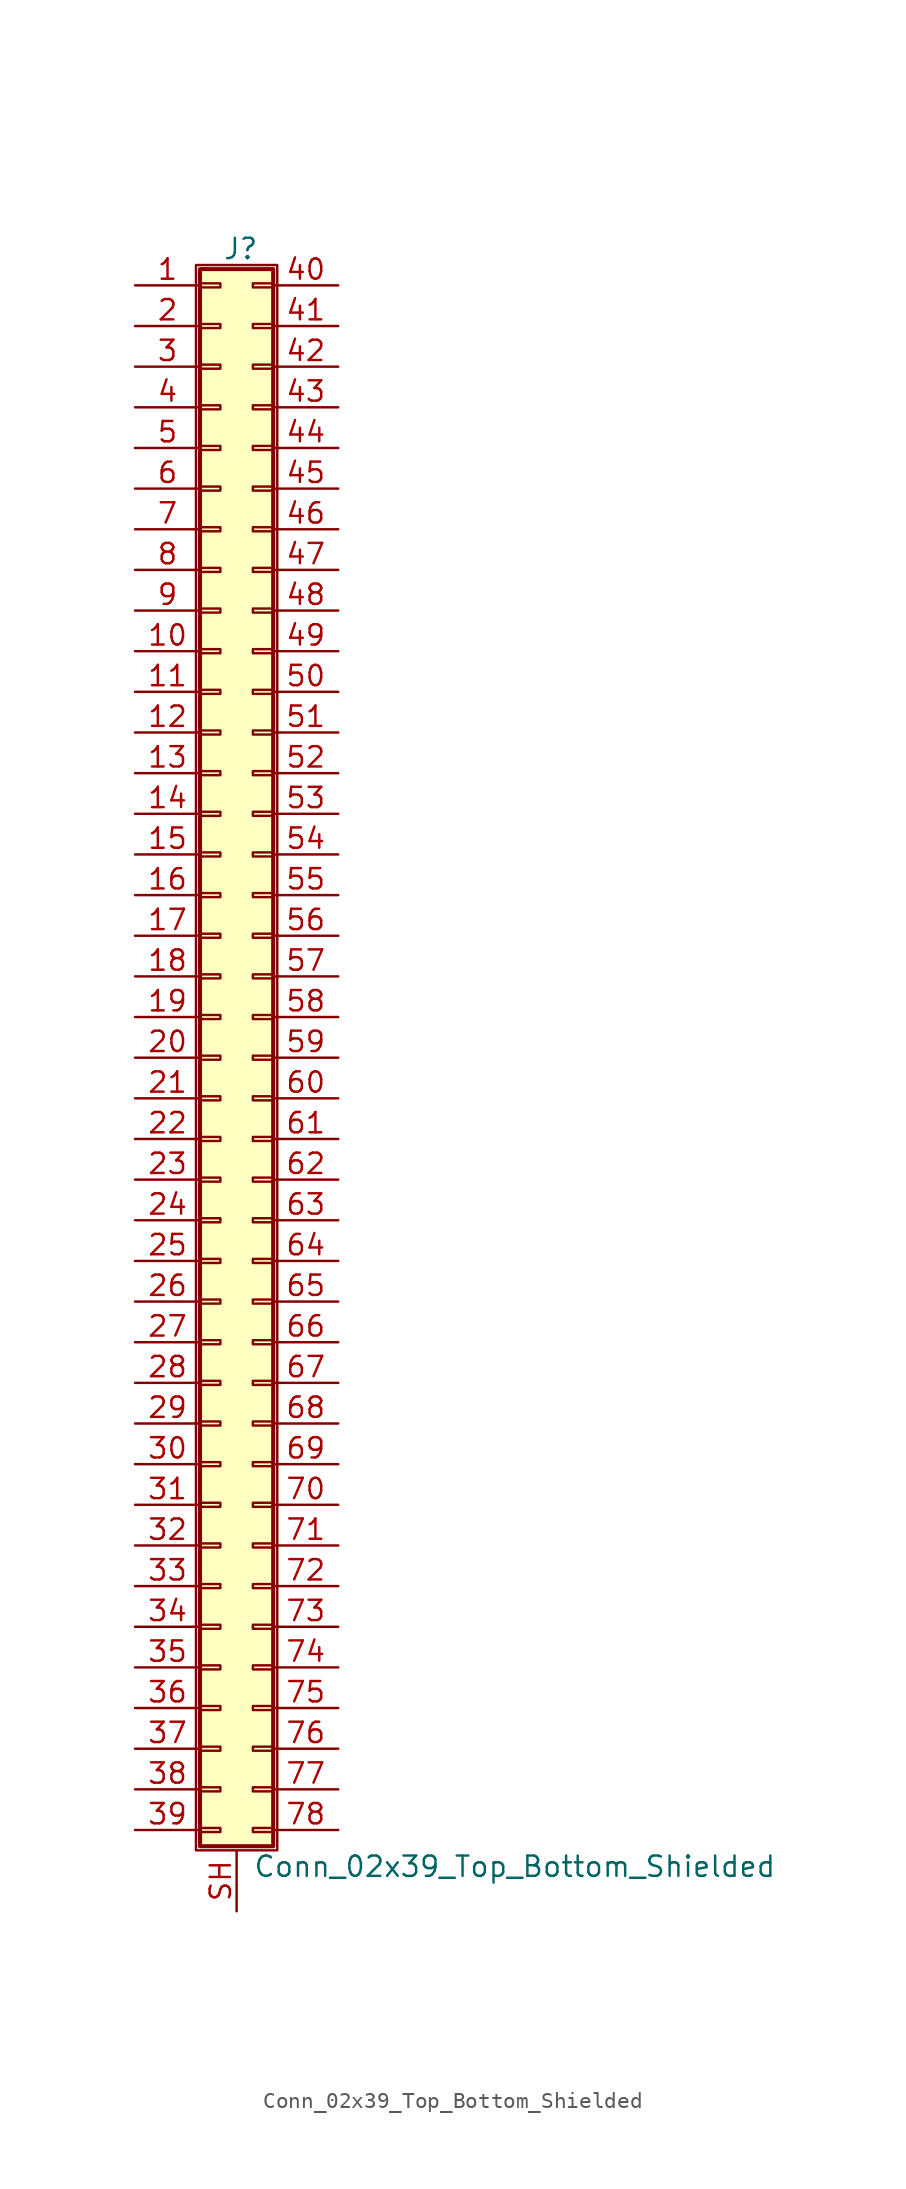
<source format=kicad_sym>
(kicad_symbol_lib
  (version 20220914)
  (generator kicad_symbol_editor)
  (symbol "Conn_02x39_Top_Bottom_Shielded"
    (pin_names
      (offset 1.016) hide)
    (property "Reference" "J"
      (at 1.524 50.546 0)
      (effects (font (size 1.27 1.27))))
    (property "Value" "Conn_02x39_Top_Bottom_Shielded"
      (at 2.286 -50.546 0)
      (effects (font (size 1.27 1.27)) (justify left)))
    (symbol "Conn_02x39_Top_Bottom_Shielded_1_1"
      (rectangle (start -1.27 49.53) (end 3.81 -49.53) (stroke (width 0.152) (type default)) (fill (type none)))
      (rectangle (start -1.016 -48.133) (end 0.254 -48.387) (stroke (width 0.152) (type default)) (fill (type none)))
      (rectangle (start -1.016 -45.593) (end 0.254 -45.847) (stroke (width 0.152) (type default)) (fill (type none)))
      (rectangle (start -1.016 -43.053) (end 0.254 -43.307) (stroke (width 0.152) (type default)) (fill (type none)))
      (rectangle (start -1.016 -40.513) (end 0.254 -40.767) (stroke (width 0.152) (type default)) (fill (type none)))
      (rectangle (start -1.016 -37.973) (end 0.254 -38.227) (stroke (width 0.152) (type default)) (fill (type none)))
      (rectangle (start -1.016 -35.433) (end 0.254 -35.687) (stroke (width 0.152) (type default)) (fill (type none)))
      (rectangle (start -1.016 -32.893) (end 0.254 -33.147) (stroke (width 0.152) (type default)) (fill (type none)))
      (rectangle (start -1.016 -30.353) (end 0.254 -30.607) (stroke (width 0.152) (type default)) (fill (type none)))
      (rectangle (start -1.016 -27.813) (end 0.254 -28.067) (stroke (width 0.152) (type default)) (fill (type none)))
      (rectangle (start -1.016 -25.273) (end 0.254 -25.527) (stroke (width 0.152) (type default)) (fill (type none)))
      (rectangle (start -1.016 -22.733) (end 0.254 -22.987) (stroke (width 0.152) (type default)) (fill (type none)))
      (rectangle (start -1.016 -20.193) (end 0.254 -20.447) (stroke (width 0.152) (type default)) (fill (type none)))
      (rectangle (start -1.016 -17.653) (end 0.254 -17.907) (stroke (width 0.152) (type default)) (fill (type none)))
      (rectangle (start -1.016 -15.113) (end 0.254 -15.367) (stroke (width 0.152) (type default)) (fill (type none)))
      (rectangle (start -1.016 -12.573) (end 0.254 -12.827) (stroke (width 0.152) (type default)) (fill (type none)))
      (rectangle (start -1.016 -10.033) (end 0.254 -10.287) (stroke (width 0.152) (type default)) (fill (type none)))
      (rectangle (start -1.016 -7.493) (end 0.254 -7.747) (stroke (width 0.152) (type default)) (fill (type none)))
      (rectangle (start -1.016 -4.953) (end 0.254 -5.207) (stroke (width 0.152) (type default)) (fill (type none)))
      (rectangle (start -1.016 -2.413) (end 0.254 -2.667) (stroke (width 0.152) (type default)) (fill (type none)))
      (rectangle (start -1.016 0.127) (end 0.254 -0.127) (stroke (width 0.152) (type default)) (fill (type none)))
      (rectangle (start -1.016 2.667) (end 0.254 2.413) (stroke (width 0.152) (type default)) (fill (type none)))
      (rectangle (start -1.016 5.207) (end 0.254 4.953) (stroke (width 0.152) (type default)) (fill (type none)))
      (rectangle (start -1.016 7.747) (end 0.254 7.493) (stroke (width 0.152) (type default)) (fill (type none)))
      (rectangle (start -1.016 10.287) (end 0.254 10.033) (stroke (width 0.152) (type default)) (fill (type none)))
      (rectangle (start -1.016 12.827) (end 0.254 12.573) (stroke (width 0.152) (type default)) (fill (type none)))
      (rectangle (start -1.016 15.367) (end 0.254 15.113) (stroke (width 0.152) (type default)) (fill (type none)))
      (rectangle (start -1.016 17.907) (end 0.254 17.653) (stroke (width 0.152) (type default)) (fill (type none)))
      (rectangle (start -1.016 20.447) (end 0.254 20.193) (stroke (width 0.152) (type default)) (fill (type none)))
      (rectangle (start -1.016 22.987) (end 0.254 22.733) (stroke (width 0.152) (type default)) (fill (type none)))
      (rectangle (start -1.016 25.527) (end 0.254 25.273) (stroke (width 0.152) (type default)) (fill (type none)))
      (rectangle (start -1.016 28.067) (end 0.254 27.813) (stroke (width 0.152) (type default)) (fill (type none)))
      (rectangle (start -1.016 30.607) (end 0.254 30.353) (stroke (width 0.152) (type default)) (fill (type none)))
      (rectangle (start -1.016 33.147) (end 0.254 32.893) (stroke (width 0.152) (type default)) (fill (type none)))
      (rectangle (start -1.016 35.687) (end 0.254 35.433) (stroke (width 0.152) (type default)) (fill (type none)))
      (rectangle (start -1.016 38.227) (end 0.254 37.973) (stroke (width 0.152) (type default)) (fill (type none)))
      (rectangle (start -1.016 40.767) (end 0.254 40.513) (stroke (width 0.152) (type default)) (fill (type none)))
      (rectangle (start -1.016 43.307) (end 0.254 43.053) (stroke (width 0.152) (type default)) (fill (type none)))
      (rectangle (start -1.016 45.847) (end 0.254 45.593) (stroke (width 0.152) (type default)) (fill (type none)))
      (rectangle (start -1.016 48.387) (end 0.254 48.133) (stroke (width 0.152) (type default)) (fill (type none)))
      (rectangle (start -1.016 49.276) (end 3.556 -49.276) (stroke (width 0.254) (type default)) (fill (type background)))
      (rectangle (start 3.556 -48.133) (end 2.286 -48.387) (stroke (width 0.152) (type default)) (fill (type none)))
      (rectangle (start 3.556 -45.593) (end 2.286 -45.847) (stroke (width 0.152) (type default)) (fill (type none)))
      (rectangle (start 3.556 -43.053) (end 2.286 -43.307) (stroke (width 0.152) (type default)) (fill (type none)))
      (rectangle (start 3.556 -40.513) (end 2.286 -40.767) (stroke (width 0.152) (type default)) (fill (type none)))
      (rectangle (start 3.556 -37.973) (end 2.286 -38.227) (stroke (width 0.152) (type default)) (fill (type none)))
      (rectangle (start 3.556 -35.433) (end 2.286 -35.687) (stroke (width 0.152) (type default)) (fill (type none)))
      (rectangle (start 3.556 -32.893) (end 2.286 -33.147) (stroke (width 0.152) (type default)) (fill (type none)))
      (rectangle (start 3.556 -30.353) (end 2.286 -30.607) (stroke (width 0.152) (type default)) (fill (type none)))
      (rectangle (start 3.556 -27.813) (end 2.286 -28.067) (stroke (width 0.152) (type default)) (fill (type none)))
      (rectangle (start 3.556 -25.273) (end 2.286 -25.527) (stroke (width 0.152) (type default)) (fill (type none)))
      (rectangle (start 3.556 -22.733) (end 2.286 -22.987) (stroke (width 0.152) (type default)) (fill (type none)))
      (rectangle (start 3.556 -20.193) (end 2.286 -20.447) (stroke (width 0.152) (type default)) (fill (type none)))
      (rectangle (start 3.556 -17.653) (end 2.286 -17.907) (stroke (width 0.152) (type default)) (fill (type none)))
      (rectangle (start 3.556 -15.113) (end 2.286 -15.367) (stroke (width 0.152) (type default)) (fill (type none)))
      (rectangle (start 3.556 -12.573) (end 2.286 -12.827) (stroke (width 0.152) (type default)) (fill (type none)))
      (rectangle (start 3.556 -10.033) (end 2.286 -10.287) (stroke (width 0.152) (type default)) (fill (type none)))
      (rectangle (start 3.556 -7.493) (end 2.286 -7.747) (stroke (width 0.152) (type default)) (fill (type none)))
      (rectangle (start 3.556 -4.953) (end 2.286 -5.207) (stroke (width 0.152) (type default)) (fill (type none)))
      (rectangle (start 3.556 -2.413) (end 2.286 -2.667) (stroke (width 0.152) (type default)) (fill (type none)))
      (rectangle (start 3.556 0.127) (end 2.286 -0.127) (stroke (width 0.152) (type default)) (fill (type none)))
      (rectangle (start 3.556 2.667) (end 2.286 2.413) (stroke (width 0.152) (type default)) (fill (type none)))
      (rectangle (start 3.556 5.207) (end 2.286 4.953) (stroke (width 0.152) (type default)) (fill (type none)))
      (rectangle (start 3.556 7.747) (end 2.286 7.493) (stroke (width 0.152) (type default)) (fill (type none)))
      (rectangle (start 3.556 10.287) (end 2.286 10.033) (stroke (width 0.152) (type default)) (fill (type none)))
      (rectangle (start 3.556 12.827) (end 2.286 12.573) (stroke (width 0.152) (type default)) (fill (type none)))
      (rectangle (start 3.556 15.367) (end 2.286 15.113) (stroke (width 0.152) (type default)) (fill (type none)))
      (rectangle (start 3.556 17.907) (end 2.286 17.653) (stroke (width 0.152) (type default)) (fill (type none)))
      (rectangle (start 3.556 20.447) (end 2.286 20.193) (stroke (width 0.152) (type default)) (fill (type none)))
      (rectangle (start 3.556 22.987) (end 2.286 22.733) (stroke (width 0.152) (type default)) (fill (type none)))
      (rectangle (start 3.556 25.527) (end 2.286 25.273) (stroke (width 0.152) (type default)) (fill (type none)))
      (rectangle (start 3.556 28.067) (end 2.286 27.813) (stroke (width 0.152) (type default)) (fill (type none)))
      (rectangle (start 3.556 30.607) (end 2.286 30.353) (stroke (width 0.152) (type default)) (fill (type none)))
      (rectangle (start 3.556 33.147) (end 2.286 32.893) (stroke (width 0.152) (type default)) (fill (type none)))
      (rectangle (start 3.556 35.687) (end 2.286 35.433) (stroke (width 0.152) (type default)) (fill (type none)))
      (rectangle (start 3.556 38.227) (end 2.286 37.973) (stroke (width 0.152) (type default)) (fill (type none)))
      (rectangle (start 3.556 40.767) (end 2.286 40.513) (stroke (width 0.152) (type default)) (fill (type none)))
      (rectangle (start 3.556 43.307) (end 2.286 43.053) (stroke (width 0.152) (type default)) (fill (type none)))
      (rectangle (start 3.556 45.847) (end 2.286 45.593) (stroke (width 0.152) (type default)) (fill (type none)))
      (rectangle (start 3.556 48.387) (end 2.286 48.133) (stroke (width 0.152) (type default)) (fill (type none)))
      (pin passive line (at -5.08 48.26 0) (length 4.064) (name "Pin_1" (effects (font (size 1.27 1.27)))) (number "1" (effects (font (size 1.27 1.27)))))
      (pin passive line (at -5.08 25.4 0) (length 4.064) (name "Pin_10" (effects (font (size 1.27 1.27)))) (number "10" (effects (font (size 1.27 1.27)))))
      (pin passive line (at -5.08 22.86 0) (length 4.064) (name "Pin_11" (effects (font (size 1.27 1.27)))) (number "11" (effects (font (size 1.27 1.27)))))
      (pin passive line (at -5.08 20.32 0) (length 4.064) (name "Pin_12" (effects (font (size 1.27 1.27)))) (number "12" (effects (font (size 1.27 1.27)))))
      (pin passive line (at -5.08 17.78 0) (length 4.064) (name "Pin_13" (effects (font (size 1.27 1.27)))) (number "13" (effects (font (size 1.27 1.27)))))
      (pin passive line (at -5.08 15.24 0) (length 4.064) (name "Pin_14" (effects (font (size 1.27 1.27)))) (number "14" (effects (font (size 1.27 1.27)))))
      (pin passive line (at -5.08 12.7 0) (length 4.064) (name "Pin_15" (effects (font (size 1.27 1.27)))) (number "15" (effects (font (size 1.27 1.27)))))
      (pin passive line (at -5.08 10.16 0) (length 4.064) (name "Pin_16" (effects (font (size 1.27 1.27)))) (number "16" (effects (font (size 1.27 1.27)))))
      (pin passive line (at -5.08 7.62 0) (length 4.064) (name "Pin_17" (effects (font (size 1.27 1.27)))) (number "17" (effects (font (size 1.27 1.27)))))
      (pin passive line (at -5.08 5.08 0) (length 4.064) (name "Pin_18" (effects (font (size 1.27 1.27)))) (number "18" (effects (font (size 1.27 1.27)))))
      (pin passive line (at -5.08 2.54 0) (length 4.064) (name "Pin_19" (effects (font (size 1.27 1.27)))) (number "19" (effects (font (size 1.27 1.27)))))
      (pin passive line (at -5.08 45.72 0) (length 4.064) (name "Pin_2" (effects (font (size 1.27 1.27)))) (number "2" (effects (font (size 1.27 1.27)))))
      (pin passive line (at -5.08 0 0) (length 4.064) (name "Pin_20" (effects (font (size 1.27 1.27)))) (number "20" (effects (font (size 1.27 1.27)))))
      (pin passive line (at -5.08 -2.54 0) (length 4.064) (name "Pin_21" (effects (font (size 1.27 1.27)))) (number "21" (effects (font (size 1.27 1.27)))))
      (pin passive line (at -5.08 -5.08 0) (length 4.064) (name "Pin_22" (effects (font (size 1.27 1.27)))) (number "22" (effects (font (size 1.27 1.27)))))
      (pin passive line (at -5.08 -7.62 0) (length 4.064) (name "Pin_23" (effects (font (size 1.27 1.27)))) (number "23" (effects (font (size 1.27 1.27)))))
      (pin passive line (at -5.08 -10.16 0) (length 4.064) (name "Pin_24" (effects (font (size 1.27 1.27)))) (number "24" (effects (font (size 1.27 1.27)))))
      (pin passive line (at -5.08 -12.7 0) (length 4.064) (name "Pin_25" (effects (font (size 1.27 1.27)))) (number "25" (effects (font (size 1.27 1.27)))))
      (pin passive line (at -5.08 -15.24 0) (length 4.064) (name "Pin_26" (effects (font (size 1.27 1.27)))) (number "26" (effects (font (size 1.27 1.27)))))
      (pin passive line (at -5.08 -17.78 0) (length 4.064) (name "Pin_27" (effects (font (size 1.27 1.27)))) (number "27" (effects (font (size 1.27 1.27)))))
      (pin passive line (at -5.08 -20.32 0) (length 4.064) (name "Pin_28" (effects (font (size 1.27 1.27)))) (number "28" (effects (font (size 1.27 1.27)))))
      (pin passive line (at -5.08 -22.86 0) (length 4.064) (name "Pin_29" (effects (font (size 1.27 1.27)))) (number "29" (effects (font (size 1.27 1.27)))))
      (pin passive line (at -5.08 43.18 0) (length 4.064) (name "Pin_3" (effects (font (size 1.27 1.27)))) (number "3" (effects (font (size 1.27 1.27)))))
      (pin passive line (at -5.08 -25.4 0) (length 4.064) (name "Pin_30" (effects (font (size 1.27 1.27)))) (number "30" (effects (font (size 1.27 1.27)))))
      (pin passive line (at -5.08 -27.94 0) (length 4.064) (name "Pin_31" (effects (font (size 1.27 1.27)))) (number "31" (effects (font (size 1.27 1.27)))))
      (pin passive line (at -5.08 -30.48 0) (length 4.064) (name "Pin_32" (effects (font (size 1.27 1.27)))) (number "32" (effects (font (size 1.27 1.27)))))
      (pin passive line (at -5.08 -33.02 0) (length 4.064) (name "Pin_33" (effects (font (size 1.27 1.27)))) (number "33" (effects (font (size 1.27 1.27)))))
      (pin passive line (at -5.08 -35.56 0) (length 4.064) (name "Pin_34" (effects (font (size 1.27 1.27)))) (number "34" (effects (font (size 1.27 1.27)))))
      (pin passive line (at -5.08 -38.1 0) (length 4.064) (name "Pin_35" (effects (font (size 1.27 1.27)))) (number "35" (effects (font (size 1.27 1.27)))))
      (pin passive line (at -5.08 -40.64 0) (length 4.064) (name "Pin_36" (effects (font (size 1.27 1.27)))) (number "36" (effects (font (size 1.27 1.27)))))
      (pin passive line (at -5.08 -43.18 0) (length 4.064) (name "Pin_37" (effects (font (size 1.27 1.27)))) (number "37" (effects (font (size 1.27 1.27)))))
      (pin passive line (at -5.08 -45.72 0) (length 4.064) (name "Pin_38" (effects (font (size 1.27 1.27)))) (number "38" (effects (font (size 1.27 1.27)))))
      (pin passive line (at -5.08 -48.26 0) (length 4.064) (name "Pin_39" (effects (font (size 1.27 1.27)))) (number "39" (effects (font (size 1.27 1.27)))))
      (pin passive line (at -5.08 40.64 0) (length 4.064) (name "Pin_4" (effects (font (size 1.27 1.27)))) (number "4" (effects (font (size 1.27 1.27)))))
      (pin passive line (at 7.62 48.26 180) (length 4.064) (name "Pin_40" (effects (font (size 1.27 1.27)))) (number "40" (effects (font (size 1.27 1.27)))))
      (pin passive line (at 7.62 45.72 180) (length 4.064) (name "Pin_41" (effects (font (size 1.27 1.27)))) (number "41" (effects (font (size 1.27 1.27)))))
      (pin passive line (at 7.62 43.18 180) (length 4.064) (name "Pin_42" (effects (font (size 1.27 1.27)))) (number "42" (effects (font (size 1.27 1.27)))))
      (pin passive line (at 7.62 40.64 180) (length 4.064) (name "Pin_43" (effects (font (size 1.27 1.27)))) (number "43" (effects (font (size 1.27 1.27)))))
      (pin passive line (at 7.62 38.1 180) (length 4.064) (name "Pin_44" (effects (font (size 1.27 1.27)))) (number "44" (effects (font (size 1.27 1.27)))))
      (pin passive line (at 7.62 35.56 180) (length 4.064) (name "Pin_45" (effects (font (size 1.27 1.27)))) (number "45" (effects (font (size 1.27 1.27)))))
      (pin passive line (at 7.62 33.02 180) (length 4.064) (name "Pin_46" (effects (font (size 1.27 1.27)))) (number "46" (effects (font (size 1.27 1.27)))))
      (pin passive line (at 7.62 30.48 180) (length 4.064) (name "Pin_47" (effects (font (size 1.27 1.27)))) (number "47" (effects (font (size 1.27 1.27)))))
      (pin passive line (at 7.62 27.94 180) (length 4.064) (name "Pin_48" (effects (font (size 1.27 1.27)))) (number "48" (effects (font (size 1.27 1.27)))))
      (pin passive line (at 7.62 25.4 180) (length 4.064) (name "Pin_49" (effects (font (size 1.27 1.27)))) (number "49" (effects (font (size 1.27 1.27)))))
      (pin passive line (at -5.08 38.1 0) (length 4.064) (name "Pin_5" (effects (font (size 1.27 1.27)))) (number "5" (effects (font (size 1.27 1.27)))))
      (pin passive line (at 7.62 22.86 180) (length 4.064) (name "Pin_50" (effects (font (size 1.27 1.27)))) (number "50" (effects (font (size 1.27 1.27)))))
      (pin passive line (at 7.62 20.32 180) (length 4.064) (name "Pin_51" (effects (font (size 1.27 1.27)))) (number "51" (effects (font (size 1.27 1.27)))))
      (pin passive line (at 7.62 17.78 180) (length 4.064) (name "Pin_52" (effects (font (size 1.27 1.27)))) (number "52" (effects (font (size 1.27 1.27)))))
      (pin passive line (at 7.62 15.24 180) (length 4.064) (name "Pin_53" (effects (font (size 1.27 1.27)))) (number "53" (effects (font (size 1.27 1.27)))))
      (pin passive line (at 7.62 12.7 180) (length 4.064) (name "Pin_54" (effects (font (size 1.27 1.27)))) (number "54" (effects (font (size 1.27 1.27)))))
      (pin passive line (at 7.62 10.16 180) (length 4.064) (name "Pin_55" (effects (font (size 1.27 1.27)))) (number "55" (effects (font (size 1.27 1.27)))))
      (pin passive line (at 7.62 7.62 180) (length 4.064) (name "Pin_56" (effects (font (size 1.27 1.27)))) (number "56" (effects (font (size 1.27 1.27)))))
      (pin passive line (at 7.62 5.08 180) (length 4.064) (name "Pin_57" (effects (font (size 1.27 1.27)))) (number "57" (effects (font (size 1.27 1.27)))))
      (pin passive line (at 7.62 2.54 180) (length 4.064) (name "Pin_58" (effects (font (size 1.27 1.27)))) (number "58" (effects (font (size 1.27 1.27)))))
      (pin passive line (at 7.62 0 180) (length 4.064) (name "Pin_59" (effects (font (size 1.27 1.27)))) (number "59" (effects (font (size 1.27 1.27)))))
      (pin passive line (at -5.08 35.56 0) (length 4.064) (name "Pin_6" (effects (font (size 1.27 1.27)))) (number "6" (effects (font (size 1.27 1.27)))))
      (pin passive line (at 7.62 -2.54 180) (length 4.064) (name "Pin_60" (effects (font (size 1.27 1.27)))) (number "60" (effects (font (size 1.27 1.27)))))
      (pin passive line (at 7.62 -5.08 180) (length 4.064) (name "Pin_61" (effects (font (size 1.27 1.27)))) (number "61" (effects (font (size 1.27 1.27)))))
      (pin passive line (at 7.62 -7.62 180) (length 4.064) (name "Pin_62" (effects (font (size 1.27 1.27)))) (number "62" (effects (font (size 1.27 1.27)))))
      (pin passive line (at 7.62 -10.16 180) (length 4.064) (name "Pin_63" (effects (font (size 1.27 1.27)))) (number "63" (effects (font (size 1.27 1.27)))))
      (pin passive line (at 7.62 -12.7 180) (length 4.064) (name "Pin_64" (effects (font (size 1.27 1.27)))) (number "64" (effects (font (size 1.27 1.27)))))
      (pin passive line (at 7.62 -15.24 180) (length 4.064) (name "Pin_65" (effects (font (size 1.27 1.27)))) (number "65" (effects (font (size 1.27 1.27)))))
      (pin passive line (at 7.62 -17.78 180) (length 4.064) (name "Pin_66" (effects (font (size 1.27 1.27)))) (number "66" (effects (font (size 1.27 1.27)))))
      (pin passive line (at 7.62 -20.32 180) (length 4.064) (name "Pin_67" (effects (font (size 1.27 1.27)))) (number "67" (effects (font (size 1.27 1.27)))))
      (pin passive line (at 7.62 -22.86 180) (length 4.064) (name "Pin_68" (effects (font (size 1.27 1.27)))) (number "68" (effects (font (size 1.27 1.27)))))
      (pin passive line (at 7.62 -25.4 180) (length 4.064) (name "Pin_69" (effects (font (size 1.27 1.27)))) (number "69" (effects (font (size 1.27 1.27)))))
      (pin passive line (at -5.08 33.02 0) (length 4.064) (name "Pin_7" (effects (font (size 1.27 1.27)))) (number "7" (effects (font (size 1.27 1.27)))))
      (pin passive line (at 7.62 -27.94 180) (length 4.064) (name "Pin_70" (effects (font (size 1.27 1.27)))) (number "70" (effects (font (size 1.27 1.27)))))
      (pin passive line (at 7.62 -30.48 180) (length 4.064) (name "Pin_71" (effects (font (size 1.27 1.27)))) (number "71" (effects (font (size 1.27 1.27)))))
      (pin passive line (at 7.62 -33.02 180) (length 4.064) (name "Pin_72" (effects (font (size 1.27 1.27)))) (number "72" (effects (font (size 1.27 1.27)))))
      (pin passive line (at 7.62 -35.56 180) (length 4.064) (name "Pin_73" (effects (font (size 1.27 1.27)))) (number "73" (effects (font (size 1.27 1.27)))))
      (pin passive line (at 7.62 -38.1 180) (length 4.064) (name "Pin_74" (effects (font (size 1.27 1.27)))) (number "74" (effects (font (size 1.27 1.27)))))
      (pin passive line (at 7.62 -40.64 180) (length 4.064) (name "Pin_75" (effects (font (size 1.27 1.27)))) (number "75" (effects (font (size 1.27 1.27)))))
      (pin passive line (at 7.62 -43.18 180) (length 4.064) (name "Pin_76" (effects (font (size 1.27 1.27)))) (number "76" (effects (font (size 1.27 1.27)))))
      (pin passive line (at 7.62 -45.72 180) (length 4.064) (name "Pin_77" (effects (font (size 1.27 1.27)))) (number "77" (effects (font (size 1.27 1.27)))))
      (pin passive line (at 7.62 -48.26 180) (length 4.064) (name "Pin_78" (effects (font (size 1.27 1.27)))) (number "78" (effects (font (size 1.27 1.27)))))
      (pin passive line (at -5.08 30.48 0) (length 4.064) (name "Pin_8" (effects (font (size 1.27 1.27)))) (number "8" (effects (font (size 1.27 1.27)))))
      (pin passive line (at -5.08 27.94 0) (length 4.064) (name "Pin_9" (effects (font (size 1.27 1.27)))) (number "9" (effects (font (size 1.27 1.27)))))
      (pin passive line (at 1.27 -53.34 90) (length 3.81) (name "Shield" (effects (font (size 1.27 1.27)))) (number "SH" (effects (font (size 1.27 1.27))))))))
</source>
